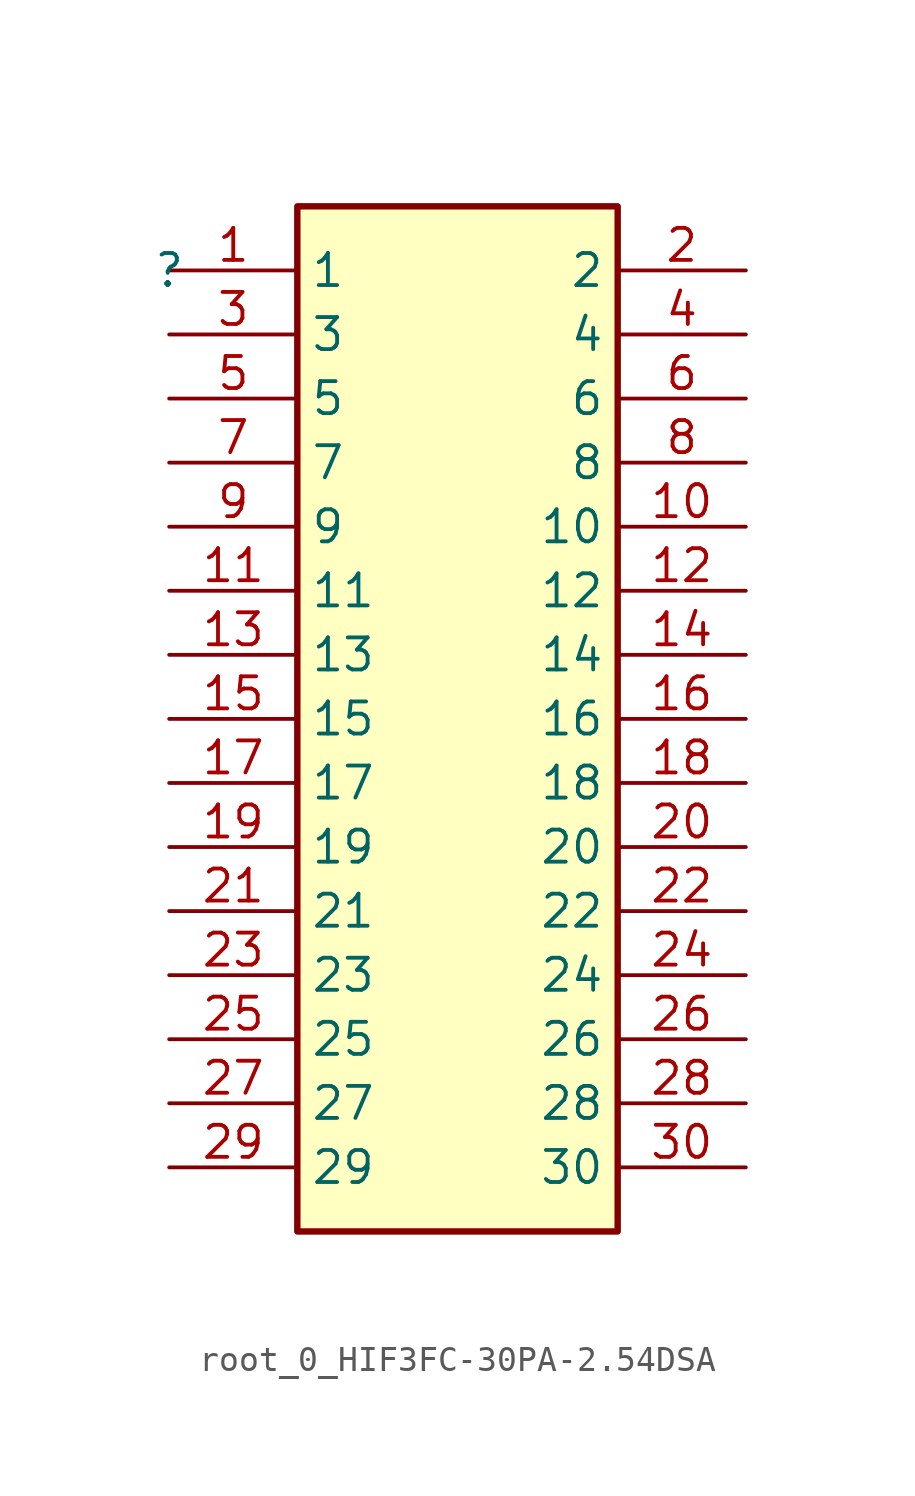
<source format=kicad_sym>
(kicad_symbol_lib
  (version 20220914)
  (generator kicad_symbol_editor)
  (symbol "root_0_HIF3FC-30PA-2.54DSA"
    (property "Reference" ""
      (at 0 0 0)
      (effects (font (size 1.27 1.27))))
    (property "Value" ""
      (at 0 0 0)
      (effects (font (size 1.27 1.27))))
    (symbol "root_0_HIF3FC-30PA-2.54DSA_1_0"
      (rectangle (start 17.78 2.54) (end 5.08 -38.1) (stroke (width 0.254) (type solid)) (fill (type background)))
      (pin passive line (at 0 0 0) (length 5.08) (name "1" (effects (font (size 1.27 1.27)))) (number "1" (effects (font (size 1.27 1.27)))))
      (pin passive line (at 22.86 -10.16 180) (length 5.08) (name "10" (effects (font (size 1.27 1.27)))) (number "10" (effects (font (size 1.27 1.27)))))
      (pin passive line (at 0 -12.7 0) (length 5.08) (name "11" (effects (font (size 1.27 1.27)))) (number "11" (effects (font (size 1.27 1.27)))))
      (pin passive line (at 22.86 -12.7 180) (length 5.08) (name "12" (effects (font (size 1.27 1.27)))) (number "12" (effects (font (size 1.27 1.27)))))
      (pin passive line (at 0 -15.24 0) (length 5.08) (name "13" (effects (font (size 1.27 1.27)))) (number "13" (effects (font (size 1.27 1.27)))))
      (pin passive line (at 22.86 -15.24 180) (length 5.08) (name "14" (effects (font (size 1.27 1.27)))) (number "14" (effects (font (size 1.27 1.27)))))
      (pin passive line (at 0 -17.78 0) (length 5.08) (name "15" (effects (font (size 1.27 1.27)))) (number "15" (effects (font (size 1.27 1.27)))))
      (pin passive line (at 22.86 -17.78 180) (length 5.08) (name "16" (effects (font (size 1.27 1.27)))) (number "16" (effects (font (size 1.27 1.27)))))
      (pin passive line (at 0 -20.32 0) (length 5.08) (name "17" (effects (font (size 1.27 1.27)))) (number "17" (effects (font (size 1.27 1.27)))))
      (pin passive line (at 22.86 -20.32 180) (length 5.08) (name "18" (effects (font (size 1.27 1.27)))) (number "18" (effects (font (size 1.27 1.27)))))
      (pin passive line (at 0 -22.86 0) (length 5.08) (name "19" (effects (font (size 1.27 1.27)))) (number "19" (effects (font (size 1.27 1.27)))))
      (pin passive line (at 22.86 0 180) (length 5.08) (name "2" (effects (font (size 1.27 1.27)))) (number "2" (effects (font (size 1.27 1.27)))))
      (pin passive line (at 22.86 -22.86 180) (length 5.08) (name "20" (effects (font (size 1.27 1.27)))) (number "20" (effects (font (size 1.27 1.27)))))
      (pin passive line (at 0 -25.4 0) (length 5.08) (name "21" (effects (font (size 1.27 1.27)))) (number "21" (effects (font (size 1.27 1.27)))))
      (pin passive line (at 22.86 -25.4 180) (length 5.08) (name "22" (effects (font (size 1.27 1.27)))) (number "22" (effects (font (size 1.27 1.27)))))
      (pin passive line (at 0 -27.94 0) (length 5.08) (name "23" (effects (font (size 1.27 1.27)))) (number "23" (effects (font (size 1.27 1.27)))))
      (pin passive line (at 22.86 -27.94 180) (length 5.08) (name "24" (effects (font (size 1.27 1.27)))) (number "24" (effects (font (size 1.27 1.27)))))
      (pin passive line (at 0 -30.48 0) (length 5.08) (name "25" (effects (font (size 1.27 1.27)))) (number "25" (effects (font (size 1.27 1.27)))))
      (pin passive line (at 22.86 -30.48 180) (length 5.08) (name "26" (effects (font (size 1.27 1.27)))) (number "26" (effects (font (size 1.27 1.27)))))
      (pin passive line (at 0 -33.02 0) (length 5.08) (name "27" (effects (font (size 1.27 1.27)))) (number "27" (effects (font (size 1.27 1.27)))))
      (pin passive line (at 22.86 -33.02 180) (length 5.08) (name "28" (effects (font (size 1.27 1.27)))) (number "28" (effects (font (size 1.27 1.27)))))
      (pin passive line (at 0 -35.56 0) (length 5.08) (name "29" (effects (font (size 1.27 1.27)))) (number "29" (effects (font (size 1.27 1.27)))))
      (pin passive line (at 0 -2.54 0) (length 5.08) (name "3" (effects (font (size 1.27 1.27)))) (number "3" (effects (font (size 1.27 1.27)))))
      (pin passive line (at 22.86 -35.56 180) (length 5.08) (name "30" (effects (font (size 1.27 1.27)))) (number "30" (effects (font (size 1.27 1.27)))))
      (pin passive line (at 22.86 -2.54 180) (length 5.08) (name "4" (effects (font (size 1.27 1.27)))) (number "4" (effects (font (size 1.27 1.27)))))
      (pin passive line (at 0 -5.08 0) (length 5.08) (name "5" (effects (font (size 1.27 1.27)))) (number "5" (effects (font (size 1.27 1.27)))))
      (pin passive line (at 22.86 -5.08 180) (length 5.08) (name "6" (effects (font (size 1.27 1.27)))) (number "6" (effects (font (size 1.27 1.27)))))
      (pin passive line (at 0 -7.62 0) (length 5.08) (name "7" (effects (font (size 1.27 1.27)))) (number "7" (effects (font (size 1.27 1.27)))))
      (pin passive line (at 22.86 -7.62 180) (length 5.08) (name "8" (effects (font (size 1.27 1.27)))) (number "8" (effects (font (size 1.27 1.27)))))
      (pin passive line (at 0 -10.16 0) (length 5.08) (name "9" (effects (font (size 1.27 1.27)))) (number "9" (effects (font (size 1.27 1.27))))))))
</source>
